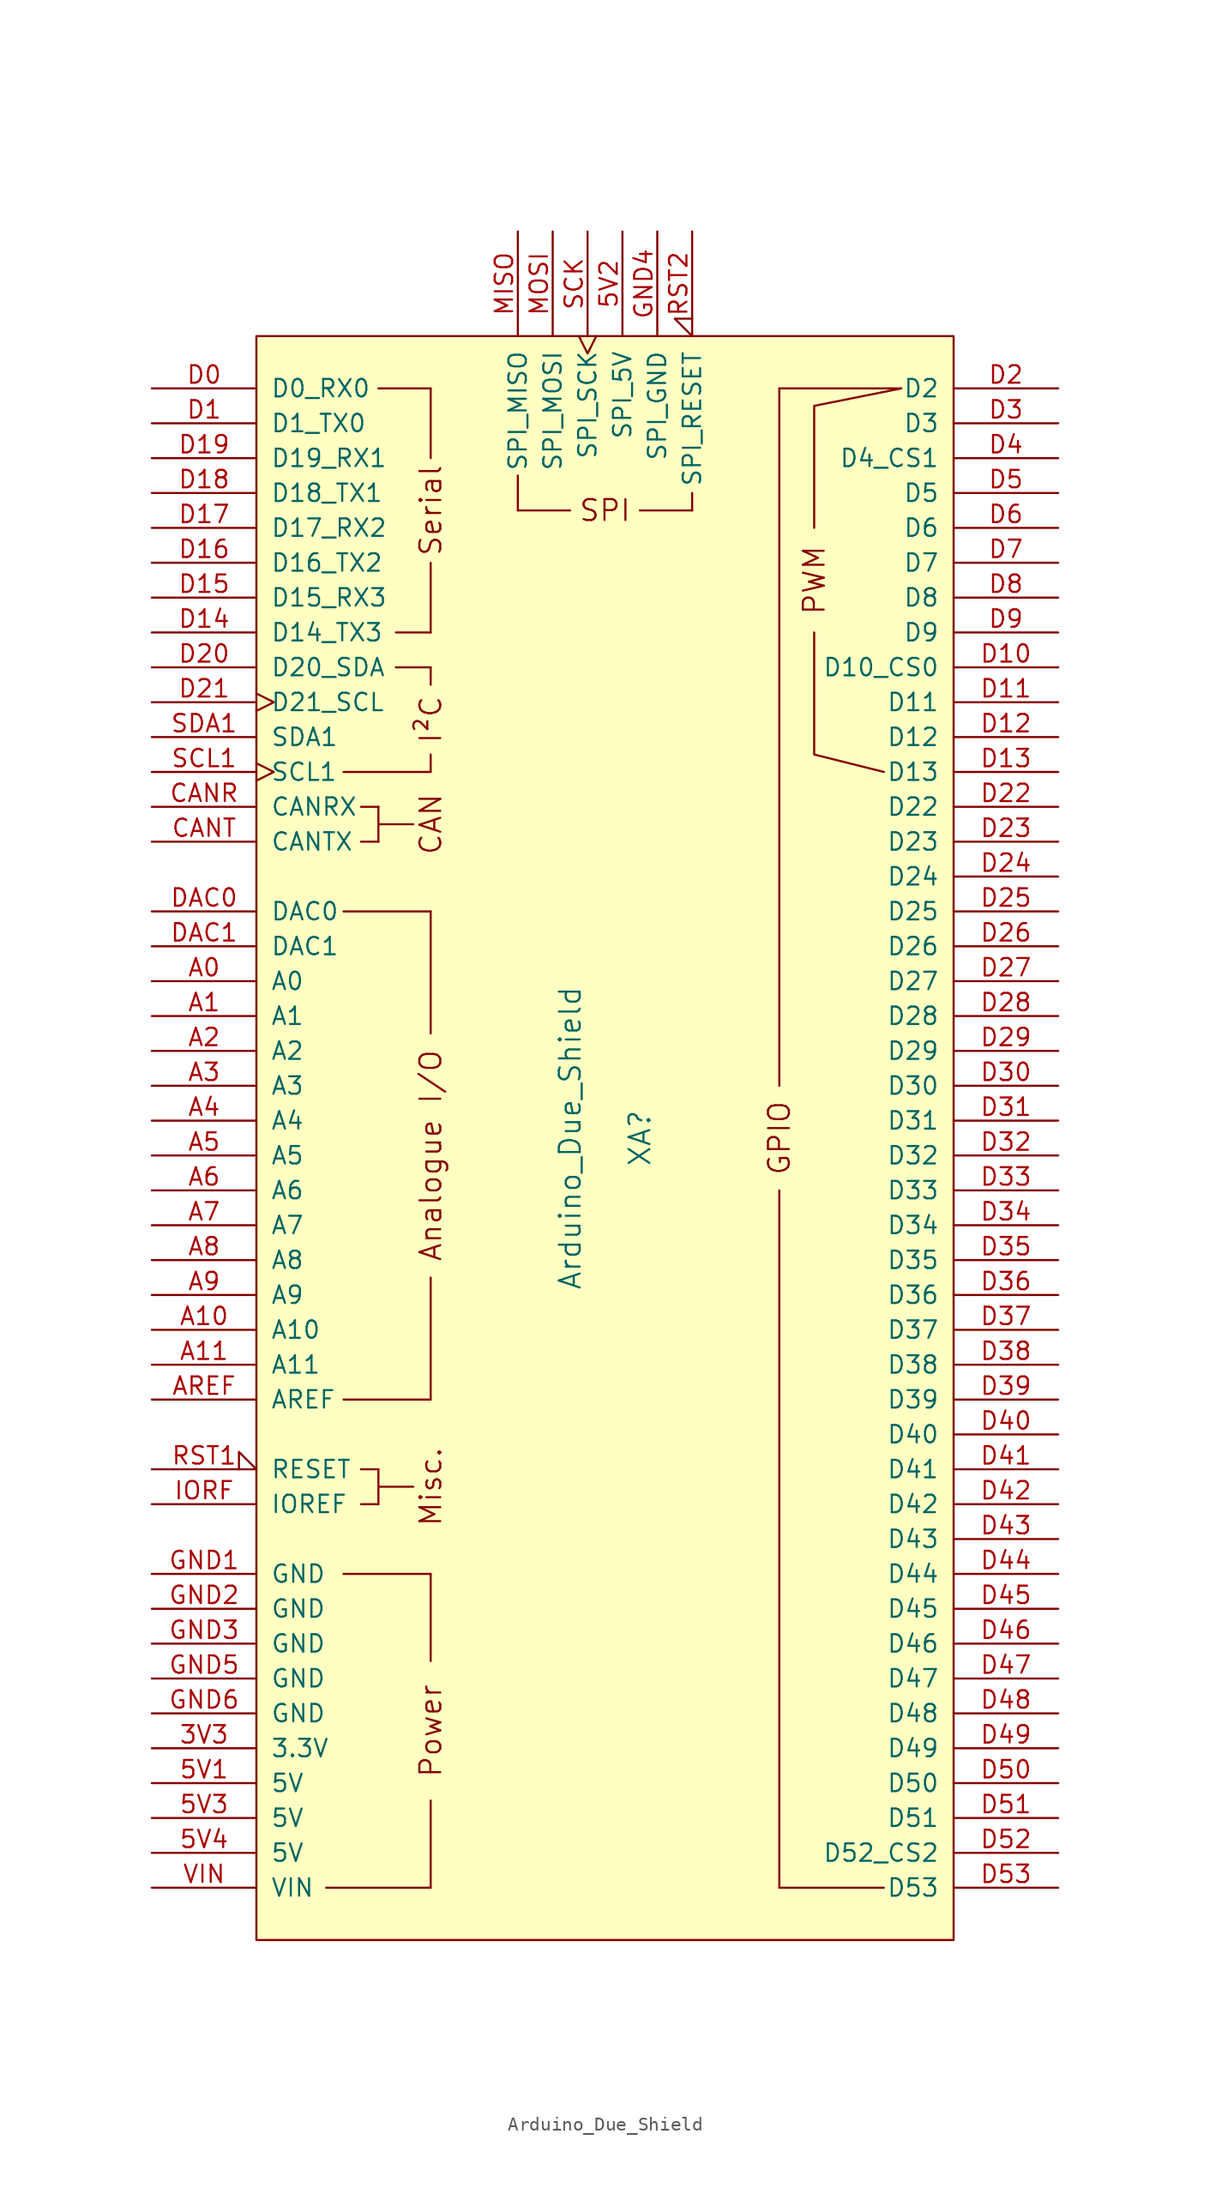
<source format=kicad_sym>
(kicad_symbol_lib
  (version 20211014)
  (generator kicad_symbol_editor)
  (symbol "Arduino_Due_Shield"
    (pin_names
      (offset 1.016))
    (property "Reference" "XA"
      (at 2.54 0 90)
      (effects (font (size 1.524 1.524))))
    (property "Value" "Arduino_Due_Shield"
      (at -2.54 0 90)
      (effects (font (size 1.524 1.524))))
    (symbol "Arduino_Due_Shield_0_0"
      (rectangle (start -25.4 -58.42) (end 25.4 58.42) (stroke (width 0) (type default) (color 0 0 0 0)) (fill (type background)))
      (rectangle (start -20.32 -54.61) (end -12.7 -54.61) (stroke (width 0) (type default) (color 0 0 0 0)) (fill (type none)))
      (rectangle (start -19.05 -31.75) (end -12.7 -31.75) (stroke (width 0) (type default) (color 0 0 0 0)) (fill (type none)))
      (rectangle (start -19.05 -19.05) (end -12.7 -19.05) (stroke (width 0) (type default) (color 0 0 0 0)) (fill (type none)))
      (rectangle (start -19.05 16.51) (end -12.7 16.51) (stroke (width 0) (type default) (color 0 0 0 0)) (fill (type none)))
      (rectangle (start -19.05 26.67) (end -12.7 26.67) (stroke (width 0) (type default) (color 0 0 0 0)) (fill (type none)))
      (rectangle (start -17.78 -26.67) (end -16.51 -26.67) (stroke (width 0) (type default) (color 0 0 0 0)) (fill (type none)))
      (rectangle (start -17.78 -24.13) (end -16.51 -24.13) (stroke (width 0) (type default) (color 0 0 0 0)) (fill (type none)))
      (rectangle (start -17.78 21.59) (end -16.51 21.59) (stroke (width 0) (type default) (color 0 0 0 0)) (fill (type none)))
      (rectangle (start -17.78 24.13) (end -16.51 24.13) (stroke (width 0) (type default) (color 0 0 0 0)) (fill (type none)))
      (rectangle (start -16.51 -25.4) (end -13.97 -25.4) (stroke (width 0) (type default) (color 0 0 0 0)) (fill (type none)))
      (rectangle (start -16.51 -24.13) (end -16.51 -26.67) (stroke (width 0) (type default) (color 0 0 0 0)) (fill (type none)))
      (rectangle (start -16.51 22.86) (end -13.97 22.86) (stroke (width 0) (type default) (color 0 0 0 0)) (fill (type none)))
      (rectangle (start -16.51 24.13) (end -16.51 21.59) (stroke (width 0) (type default) (color 0 0 0 0)) (fill (type none)))
      (rectangle (start -16.51 54.61) (end -12.7 54.61) (stroke (width 0) (type default) (color 0 0 0 0)) (fill (type none)))
      (rectangle (start -15.24 34.29) (end -12.7 34.29) (stroke (width 0) (type default) (color 0 0 0 0)) (fill (type none)))
      (rectangle (start -15.24 36.83) (end -12.7 36.83) (stroke (width 0) (type default) (color 0 0 0 0)) (fill (type none)))
      (rectangle (start -12.7 -54.61) (end -12.7 -48.26) (stroke (width 0) (type default) (color 0 0 0 0)) (fill (type none)))
      (rectangle (start -12.7 -31.75) (end -12.7 -38.1) (stroke (width 0) (type default) (color 0 0 0 0)) (fill (type none)))
      (rectangle (start -12.7 -19.05) (end -12.7 -10.16) (stroke (width 0) (type default) (color 0 0 0 0)) (fill (type none)))
      (rectangle (start -12.7 16.51) (end -12.7 7.62) (stroke (width 0) (type default) (color 0 0 0 0)) (fill (type none)))
      (rectangle (start -12.7 26.67) (end -12.7 27.94) (stroke (width 0) (type default) (color 0 0 0 0)) (fill (type none)))
      (rectangle (start -12.7 34.29) (end -12.7 33.02) (stroke (width 0) (type default) (color 0 0 0 0)) (fill (type none)))
      (rectangle (start -12.7 41.91) (end -12.7 36.83) (stroke (width 0) (type default) (color 0 0 0 0)) (fill (type none)))
      (rectangle (start -12.7 49.53) (end -12.7 54.61) (stroke (width 0) (type default) (color 0 0 0 0)) (fill (type none)))
      (rectangle (start -6.35 48.26) (end -6.35 45.72) (stroke (width 0) (type default) (color 0 0 0 0)) (fill (type none)))
      (rectangle (start -2.54 45.72) (end -6.35 45.72) (stroke (width 0) (type default) (color 0 0 0 0)) (fill (type none)))
      (polyline (pts (xy 12.7 -54.61) (xy 20.32 -54.61)) (stroke (width 0) (type default) (color 0 0 0 0)) (fill (type none)))
      (polyline (pts (xy 21.59 54.61) (xy 12.7 54.61)) (stroke (width 0) (type default) (color 0 0 0 0)) (fill (type none)))
      (polyline (pts (xy 15.24 44.45) (xy 15.24 53.34) (xy 21.59 54.61)) (stroke (width 0) (type default) (color 0 0 0 0)) (fill (type none)))
      (polyline (pts (xy 20.32 26.67) (xy 15.24 27.94) (xy 15.24 36.83)) (stroke (width 0) (type default) (color 0 0 0 0)) (fill (type none)))
      (rectangle (start 6.35 45.72) (end 2.54 45.72) (stroke (width 0) (type default) (color 0 0 0 0)) (fill (type none)))
      (rectangle (start 6.35 46.99) (end 6.35 45.72) (stroke (width 0) (type default) (color 0 0 0 0)) (fill (type none)))
      (text "Analogue I/O" (at -12.7 -1.27 900) (effects (font (size 1.524 1.524))))
      (text "CAN" (at -12.7 22.86 900) (effects (font (size 1.524 1.524))))
      (text "I²C" (at -12.7 30.48 900) (effects (font (size 1.524 1.524))))
      (text "Misc." (at -12.7 -25.4 900) (effects (font (size 1.524 1.524))))
      (text "Power" (at -12.7 -43.18 900) (effects (font (size 1.524 1.524))))
      (text "PWM" (at 15.24 40.64 900) (effects (font (size 1.524 1.524))))
      (text "Serial" (at -12.7 45.72 900) (effects (font (size 1.524 1.524))))
      (text "SPI" (at 0 45.72 0) (effects (font (size 1.524 1.524)))))
    (symbol "Arduino_Due_Shield_1_0"
      (rectangle (start 12.7 -54.61) (end 12.7 -3.81) (stroke (width 0) (type default) (color 0 0 0 0)) (fill (type none)))
      (rectangle (start 12.7 54.61) (end 12.7 3.81) (stroke (width 0) (type default) (color 0 0 0 0)) (fill (type none)))
      (text "GPIO" (at 12.7 0 900) (effects (font (size 1.524 1.524)))))
    (symbol "Arduino_Due_Shield_1_1"
      (pin power_in line (at -33.02 -44.45 0) (length 7.62) (name "3.3V" (effects (font (size 1.27 1.27)))) (number "3V3" (effects (font (size 1.27 1.27)))))
      (pin power_in line (at -33.02 -46.99 0) (length 7.62) (name "5V" (effects (font (size 1.27 1.27)))) (number "5V1" (effects (font (size 1.27 1.27)))))
      (pin power_in line (at 1.27 66.04 270) (length 7.62) (name "SPI_5V" (effects (font (size 1.27 1.27)))) (number "5V2" (effects (font (size 1.27 1.27)))))
      (pin power_in line (at -33.02 -49.53 0) (length 7.62) (name "5V" (effects (font (size 1.27 1.27)))) (number "5V3" (effects (font (size 1.27 1.27)))))
      (pin power_in line (at -33.02 -52.07 0) (length 7.62) (name "5V" (effects (font (size 1.27 1.27)))) (number "5V4" (effects (font (size 1.27 1.27)))))
      (pin bidirectional line (at -33.02 11.43 0) (length 7.62) (name "A0" (effects (font (size 1.27 1.27)))) (number "A0" (effects (font (size 1.27 1.27)))))
      (pin bidirectional line (at -33.02 8.89 0) (length 7.62) (name "A1" (effects (font (size 1.27 1.27)))) (number "A1" (effects (font (size 1.27 1.27)))))
      (pin bidirectional line (at -33.02 -13.97 0) (length 7.62) (name "A10" (effects (font (size 1.27 1.27)))) (number "A10" (effects (font (size 1.27 1.27)))))
      (pin bidirectional line (at -33.02 -16.51 0) (length 7.62) (name "A11" (effects (font (size 1.27 1.27)))) (number "A11" (effects (font (size 1.27 1.27)))))
      (pin bidirectional line (at -33.02 6.35 0) (length 7.62) (name "A2" (effects (font (size 1.27 1.27)))) (number "A2" (effects (font (size 1.27 1.27)))))
      (pin bidirectional line (at -33.02 3.81 0) (length 7.62) (name "A3" (effects (font (size 1.27 1.27)))) (number "A3" (effects (font (size 1.27 1.27)))))
      (pin bidirectional line (at -33.02 1.27 0) (length 7.62) (name "A4" (effects (font (size 1.27 1.27)))) (number "A4" (effects (font (size 1.27 1.27)))))
      (pin bidirectional line (at -33.02 -1.27 0) (length 7.62) (name "A5" (effects (font (size 1.27 1.27)))) (number "A5" (effects (font (size 1.27 1.27)))))
      (pin bidirectional line (at -33.02 -3.81 0) (length 7.62) (name "A6" (effects (font (size 1.27 1.27)))) (number "A6" (effects (font (size 1.27 1.27)))))
      (pin bidirectional line (at -33.02 -6.35 0) (length 7.62) (name "A7" (effects (font (size 1.27 1.27)))) (number "A7" (effects (font (size 1.27 1.27)))))
      (pin bidirectional line (at -33.02 -8.89 0) (length 7.62) (name "A8" (effects (font (size 1.27 1.27)))) (number "A8" (effects (font (size 1.27 1.27)))))
      (pin bidirectional line (at -33.02 -11.43 0) (length 7.62) (name "A9" (effects (font (size 1.27 1.27)))) (number "A9" (effects (font (size 1.27 1.27)))))
      (pin input line (at -33.02 -19.05 0) (length 7.62) (name "AREF" (effects (font (size 1.27 1.27)))) (number "AREF" (effects (font (size 1.27 1.27)))))
      (pin bidirectional line (at -33.02 24.13 0) (length 7.62) (name "CANRX" (effects (font (size 1.27 1.27)))) (number "CANR" (effects (font (size 1.27 1.27)))))
      (pin bidirectional line (at -33.02 21.59 0) (length 7.62) (name "CANTX" (effects (font (size 1.27 1.27)))) (number "CANT" (effects (font (size 1.27 1.27)))))
      (pin bidirectional line (at -33.02 54.61 0) (length 7.62) (name "D0_RX0" (effects (font (size 1.27 1.27)))) (number "D0" (effects (font (size 1.27 1.27)))))
      (pin bidirectional line (at -33.02 52.07 0) (length 7.62) (name "D1_TX0" (effects (font (size 1.27 1.27)))) (number "D1" (effects (font (size 1.27 1.27)))))
      (pin bidirectional line (at 33.02 34.29 180) (length 7.62) (name "D10_CS0" (effects (font (size 1.27 1.27)))) (number "D10" (effects (font (size 1.27 1.27)))))
      (pin bidirectional line (at 33.02 31.75 180) (length 7.62) (name "D11" (effects (font (size 1.27 1.27)))) (number "D11" (effects (font (size 1.27 1.27)))))
      (pin bidirectional line (at 33.02 29.21 180) (length 7.62) (name "D12" (effects (font (size 1.27 1.27)))) (number "D12" (effects (font (size 1.27 1.27)))))
      (pin bidirectional line (at 33.02 26.67 180) (length 7.62) (name "D13" (effects (font (size 1.27 1.27)))) (number "D13" (effects (font (size 1.27 1.27)))))
      (pin bidirectional line (at -33.02 36.83 0) (length 7.62) (name "D14_TX3" (effects (font (size 1.27 1.27)))) (number "D14" (effects (font (size 1.27 1.27)))))
      (pin bidirectional line (at -33.02 39.37 0) (length 7.62) (name "D15_RX3" (effects (font (size 1.27 1.27)))) (number "D15" (effects (font (size 1.27 1.27)))))
      (pin bidirectional line (at -33.02 41.91 0) (length 7.62) (name "D16_TX2" (effects (font (size 1.27 1.27)))) (number "D16" (effects (font (size 1.27 1.27)))))
      (pin bidirectional line (at -33.02 44.45 0) (length 7.62) (name "D17_RX2" (effects (font (size 1.27 1.27)))) (number "D17" (effects (font (size 1.27 1.27)))))
      (pin bidirectional line (at -33.02 46.99 0) (length 7.62) (name "D18_TX1" (effects (font (size 1.27 1.27)))) (number "D18" (effects (font (size 1.27 1.27)))))
      (pin bidirectional line (at -33.02 49.53 0) (length 7.62) (name "D19_RX1" (effects (font (size 1.27 1.27)))) (number "D19" (effects (font (size 1.27 1.27)))))
      (pin bidirectional line (at 33.02 54.61 180) (length 7.62) (name "D2" (effects (font (size 1.27 1.27)))) (number "D2" (effects (font (size 1.27 1.27)))))
      (pin bidirectional line (at -33.02 34.29 0) (length 7.62) (name "D20_SDA" (effects (font (size 1.27 1.27)))) (number "D20" (effects (font (size 1.27 1.27)))))
      (pin bidirectional clock (at -33.02 31.75 0) (length 7.62) (name "D21_SCL" (effects (font (size 1.27 1.27)))) (number "D21" (effects (font (size 1.27 1.27)))))
      (pin bidirectional line (at 33.02 24.13 180) (length 7.62) (name "D22" (effects (font (size 1.27 1.27)))) (number "D22" (effects (font (size 1.27 1.27)))))
      (pin bidirectional line (at 33.02 21.59 180) (length 7.62) (name "D23" (effects (font (size 1.27 1.27)))) (number "D23" (effects (font (size 1.27 1.27)))))
      (pin bidirectional line (at 33.02 19.05 180) (length 7.62) (name "D24" (effects (font (size 1.27 1.27)))) (number "D24" (effects (font (size 1.27 1.27)))))
      (pin bidirectional line (at 33.02 16.51 180) (length 7.62) (name "D25" (effects (font (size 1.27 1.27)))) (number "D25" (effects (font (size 1.27 1.27)))))
      (pin bidirectional line (at 33.02 13.97 180) (length 7.62) (name "D26" (effects (font (size 1.27 1.27)))) (number "D26" (effects (font (size 1.27 1.27)))))
      (pin bidirectional line (at 33.02 11.43 180) (length 7.62) (name "D27" (effects (font (size 1.27 1.27)))) (number "D27" (effects (font (size 1.27 1.27)))))
      (pin bidirectional line (at 33.02 8.89 180) (length 7.62) (name "D28" (effects (font (size 1.27 1.27)))) (number "D28" (effects (font (size 1.27 1.27)))))
      (pin bidirectional line (at 33.02 6.35 180) (length 7.62) (name "D29" (effects (font (size 1.27 1.27)))) (number "D29" (effects (font (size 1.27 1.27)))))
      (pin bidirectional line (at 33.02 52.07 180) (length 7.62) (name "D3" (effects (font (size 1.27 1.27)))) (number "D3" (effects (font (size 1.27 1.27)))))
      (pin bidirectional line (at 33.02 3.81 180) (length 7.62) (name "D30" (effects (font (size 1.27 1.27)))) (number "D30" (effects (font (size 1.27 1.27)))))
      (pin bidirectional line (at 33.02 1.27 180) (length 7.62) (name "D31" (effects (font (size 1.27 1.27)))) (number "D31" (effects (font (size 1.27 1.27)))))
      (pin bidirectional line (at 33.02 -1.27 180) (length 7.62) (name "D32" (effects (font (size 1.27 1.27)))) (number "D32" (effects (font (size 1.27 1.27)))))
      (pin bidirectional line (at 33.02 -3.81 180) (length 7.62) (name "D33" (effects (font (size 1.27 1.27)))) (number "D33" (effects (font (size 1.27 1.27)))))
      (pin bidirectional line (at 33.02 -6.35 180) (length 7.62) (name "D34" (effects (font (size 1.27 1.27)))) (number "D34" (effects (font (size 1.27 1.27)))))
      (pin bidirectional line (at 33.02 -8.89 180) (length 7.62) (name "D35" (effects (font (size 1.27 1.27)))) (number "D35" (effects (font (size 1.27 1.27)))))
      (pin bidirectional line (at 33.02 -11.43 180) (length 7.62) (name "D36" (effects (font (size 1.27 1.27)))) (number "D36" (effects (font (size 1.27 1.27)))))
      (pin bidirectional line (at 33.02 -13.97 180) (length 7.62) (name "D37" (effects (font (size 1.27 1.27)))) (number "D37" (effects (font (size 1.27 1.27)))))
      (pin bidirectional line (at 33.02 -16.51 180) (length 7.62) (name "D38" (effects (font (size 1.27 1.27)))) (number "D38" (effects (font (size 1.27 1.27)))))
      (pin bidirectional line (at 33.02 -19.05 180) (length 7.62) (name "D39" (effects (font (size 1.27 1.27)))) (number "D39" (effects (font (size 1.27 1.27)))))
      (pin bidirectional line (at 33.02 49.53 180) (length 7.62) (name "D4_CS1" (effects (font (size 1.27 1.27)))) (number "D4" (effects (font (size 1.27 1.27)))))
      (pin bidirectional line (at 33.02 -21.59 180) (length 7.62) (name "D40" (effects (font (size 1.27 1.27)))) (number "D40" (effects (font (size 1.27 1.27)))))
      (pin bidirectional line (at 33.02 -24.13 180) (length 7.62) (name "D41" (effects (font (size 1.27 1.27)))) (number "D41" (effects (font (size 1.27 1.27)))))
      (pin bidirectional line (at 33.02 -26.67 180) (length 7.62) (name "D42" (effects (font (size 1.27 1.27)))) (number "D42" (effects (font (size 1.27 1.27)))))
      (pin bidirectional line (at 33.02 -29.21 180) (length 7.62) (name "D43" (effects (font (size 1.27 1.27)))) (number "D43" (effects (font (size 1.27 1.27)))))
      (pin bidirectional line (at 33.02 -31.75 180) (length 7.62) (name "D44" (effects (font (size 1.27 1.27)))) (number "D44" (effects (font (size 1.27 1.27)))))
      (pin bidirectional line (at 33.02 -34.29 180) (length 7.62) (name "D45" (effects (font (size 1.27 1.27)))) (number "D45" (effects (font (size 1.27 1.27)))))
      (pin bidirectional line (at 33.02 -36.83 180) (length 7.62) (name "D46" (effects (font (size 1.27 1.27)))) (number "D46" (effects (font (size 1.27 1.27)))))
      (pin bidirectional line (at 33.02 -39.37 180) (length 7.62) (name "D47" (effects (font (size 1.27 1.27)))) (number "D47" (effects (font (size 1.27 1.27)))))
      (pin bidirectional line (at 33.02 -41.91 180) (length 7.62) (name "D48" (effects (font (size 1.27 1.27)))) (number "D48" (effects (font (size 1.27 1.27)))))
      (pin bidirectional line (at 33.02 -44.45 180) (length 7.62) (name "D49" (effects (font (size 1.27 1.27)))) (number "D49" (effects (font (size 1.27 1.27)))))
      (pin bidirectional line (at 33.02 46.99 180) (length 7.62) (name "D5" (effects (font (size 1.27 1.27)))) (number "D5" (effects (font (size 1.27 1.27)))))
      (pin bidirectional line (at 33.02 -46.99 180) (length 7.62) (name "D50" (effects (font (size 1.27 1.27)))) (number "D50" (effects (font (size 1.27 1.27)))))
      (pin bidirectional line (at 33.02 -49.53 180) (length 7.62) (name "D51" (effects (font (size 1.27 1.27)))) (number "D51" (effects (font (size 1.27 1.27)))))
      (pin bidirectional line (at 33.02 -52.07 180) (length 7.62) (name "D52_CS2" (effects (font (size 1.27 1.27)))) (number "D52" (effects (font (size 1.27 1.27)))))
      (pin bidirectional line (at 33.02 -54.61 180) (length 7.62) (name "D53" (effects (font (size 1.27 1.27)))) (number "D53" (effects (font (size 1.27 1.27)))))
      (pin bidirectional line (at 33.02 44.45 180) (length 7.62) (name "D6" (effects (font (size 1.27 1.27)))) (number "D6" (effects (font (size 1.27 1.27)))))
      (pin bidirectional line (at 33.02 41.91 180) (length 7.62) (name "D7" (effects (font (size 1.27 1.27)))) (number "D7" (effects (font (size 1.27 1.27)))))
      (pin bidirectional line (at 33.02 39.37 180) (length 7.62) (name "D8" (effects (font (size 1.27 1.27)))) (number "D8" (effects (font (size 1.27 1.27)))))
      (pin bidirectional line (at 33.02 36.83 180) (length 7.62) (name "D9" (effects (font (size 1.27 1.27)))) (number "D9" (effects (font (size 1.27 1.27)))))
      (pin bidirectional line (at -33.02 16.51 0) (length 7.62) (name "DAC0" (effects (font (size 1.27 1.27)))) (number "DAC0" (effects (font (size 1.27 1.27)))))
      (pin bidirectional line (at -33.02 13.97 0) (length 7.62) (name "DAC1" (effects (font (size 1.27 1.27)))) (number "DAC1" (effects (font (size 1.27 1.27)))))
      (pin power_in line (at -33.02 -31.75 0) (length 7.62) (name "GND" (effects (font (size 1.27 1.27)))) (number "GND1" (effects (font (size 1.27 1.27)))))
      (pin power_in line (at -33.02 -34.29 0) (length 7.62) (name "GND" (effects (font (size 1.27 1.27)))) (number "GND2" (effects (font (size 1.27 1.27)))))
      (pin power_in line (at -33.02 -36.83 0) (length 7.62) (name "GND" (effects (font (size 1.27 1.27)))) (number "GND3" (effects (font (size 1.27 1.27)))))
      (pin power_in line (at 3.81 66.04 270) (length 7.62) (name "SPI_GND" (effects (font (size 1.27 1.27)))) (number "GND4" (effects (font (size 1.27 1.27)))))
      (pin power_in line (at -33.02 -39.37 0) (length 7.62) (name "GND" (effects (font (size 1.27 1.27)))) (number "GND5" (effects (font (size 1.27 1.27)))))
      (pin power_in line (at -33.02 -41.91 0) (length 7.62) (name "GND" (effects (font (size 1.27 1.27)))) (number "GND6" (effects (font (size 1.27 1.27)))))
      (pin output line (at -33.02 -26.67 0) (length 7.62) (name "IOREF" (effects (font (size 1.27 1.27)))) (number "IORF" (effects (font (size 1.27 1.27)))))
      (pin input line (at -6.35 66.04 270) (length 7.62) (name "SPI_MISO" (effects (font (size 1.27 1.27)))) (number "MISO" (effects (font (size 1.27 1.27)))))
      (pin output line (at -3.81 66.04 270) (length 7.62) (name "SPI_MOSI" (effects (font (size 1.27 1.27)))) (number "MOSI" (effects (font (size 1.27 1.27)))))
      (pin open_collector input_low (at -33.02 -24.13 0) (length 7.62) (name "RESET" (effects (font (size 1.27 1.27)))) (number "RST1" (effects (font (size 1.27 1.27)))))
      (pin open_collector input_low (at 6.35 66.04 270) (length 7.62) (name "SPI_RESET" (effects (font (size 1.27 1.27)))) (number "RST2" (effects (font (size 1.27 1.27)))))
      (pin output clock (at -1.27 66.04 270) (length 7.62) (name "SPI_SCK" (effects (font (size 1.27 1.27)))) (number "SCK" (effects (font (size 1.27 1.27)))))
      (pin bidirectional clock (at -33.02 26.67 0) (length 7.62) (name "SCL1" (effects (font (size 1.27 1.27)))) (number "SCL1" (effects (font (size 1.27 1.27)))))
      (pin bidirectional line (at -33.02 29.21 0) (length 7.62) (name "SDA1" (effects (font (size 1.27 1.27)))) (number "SDA1" (effects (font (size 1.27 1.27)))))
      (pin power_in line (at -33.02 -54.61 0) (length 7.62) (name "VIN" (effects (font (size 1.27 1.27)))) (number "VIN" (effects (font (size 1.27 1.27))))))))
</source>
